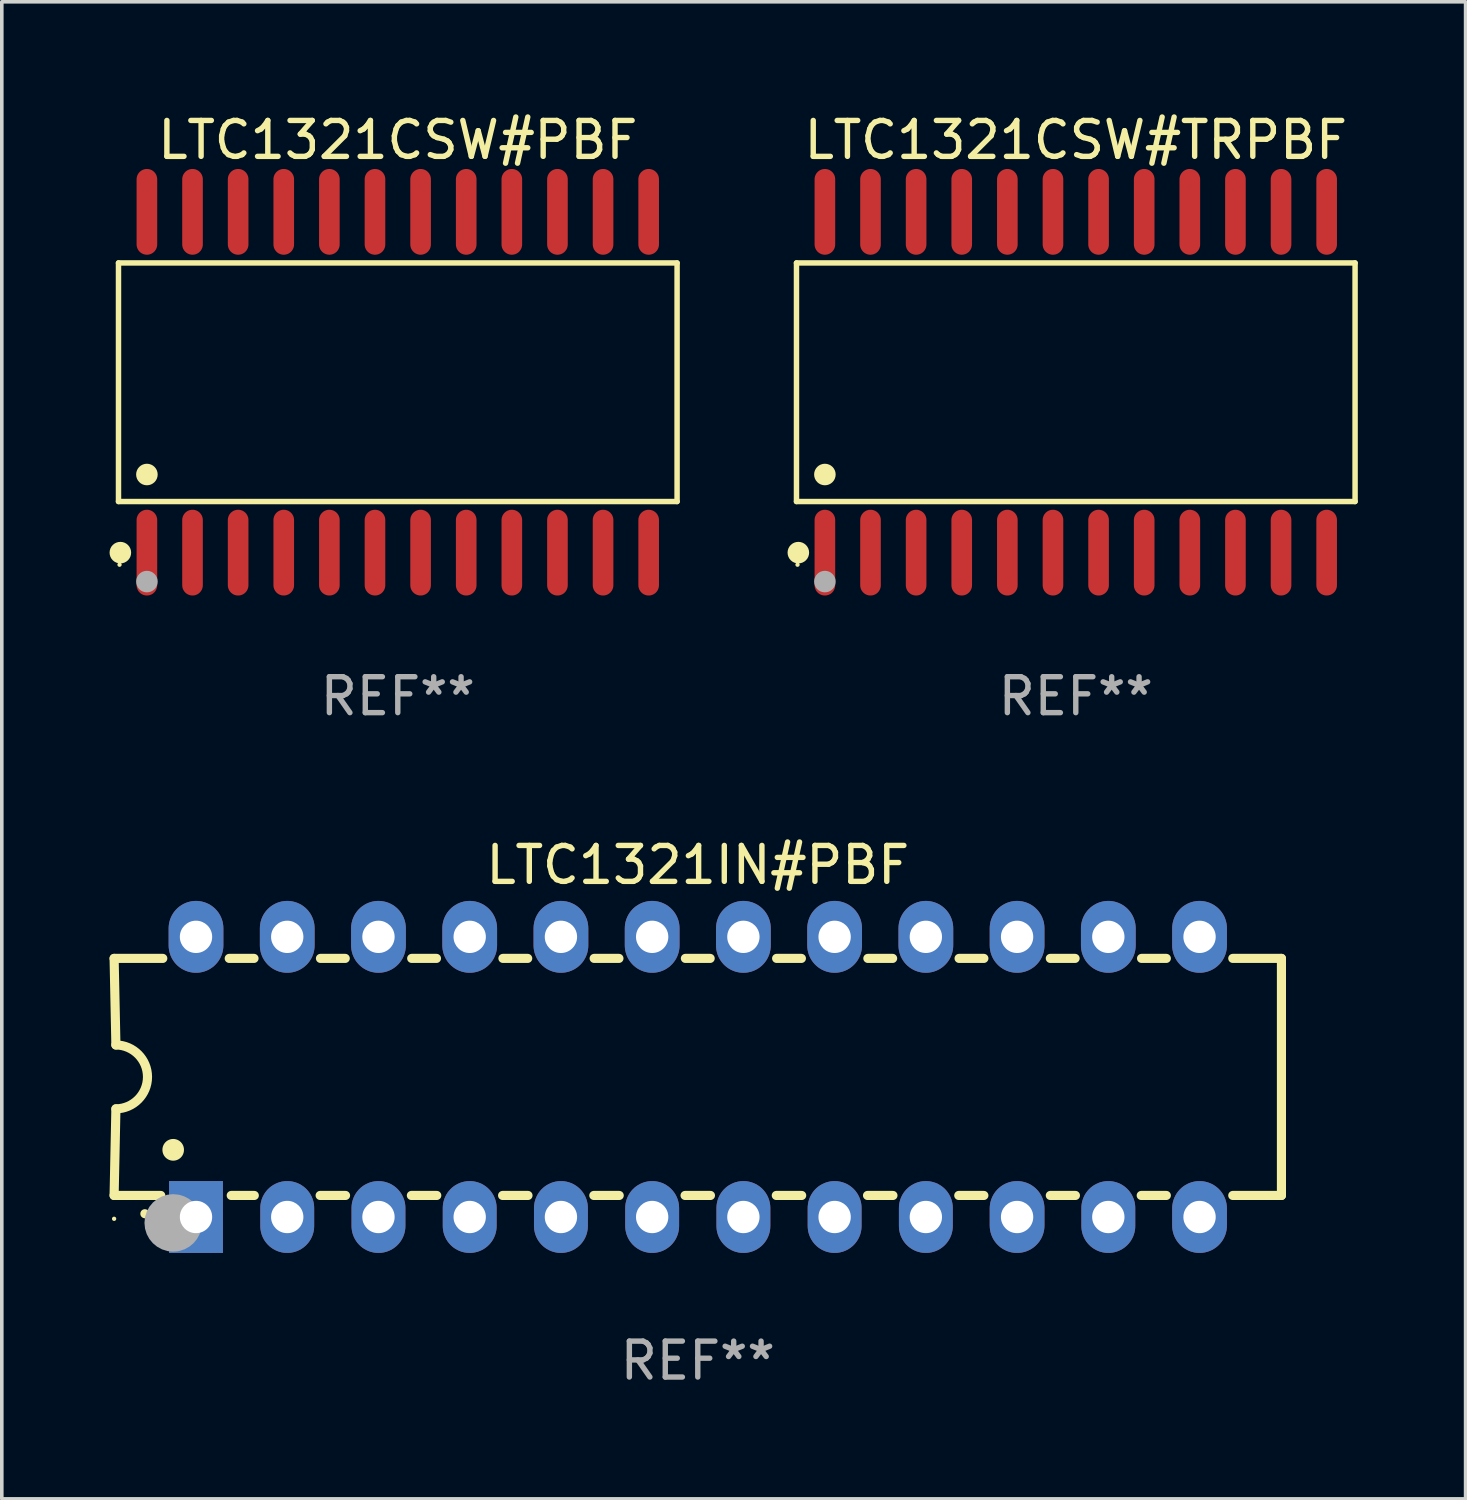
<source format=kicad_pcb>
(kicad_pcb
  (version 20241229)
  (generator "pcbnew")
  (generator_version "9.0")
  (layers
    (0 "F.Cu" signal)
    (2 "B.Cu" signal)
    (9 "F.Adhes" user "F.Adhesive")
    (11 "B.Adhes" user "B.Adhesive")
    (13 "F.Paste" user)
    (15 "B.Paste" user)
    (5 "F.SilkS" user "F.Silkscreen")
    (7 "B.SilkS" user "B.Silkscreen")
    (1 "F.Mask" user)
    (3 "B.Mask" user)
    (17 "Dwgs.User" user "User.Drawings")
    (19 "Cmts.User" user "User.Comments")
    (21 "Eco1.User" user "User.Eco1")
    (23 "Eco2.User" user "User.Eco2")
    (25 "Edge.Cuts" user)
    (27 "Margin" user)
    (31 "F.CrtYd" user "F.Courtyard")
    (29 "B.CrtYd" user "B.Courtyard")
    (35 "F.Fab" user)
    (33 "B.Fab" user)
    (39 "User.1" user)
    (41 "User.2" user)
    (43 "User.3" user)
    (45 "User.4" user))
  (footprint "LTC1321CSW#TRPBF"
    (layer "F.Cu")
    (at 26.901 7.592)
    (property "Reference" "LTC1321CSW#TRPBF" (at 0 -6.744 0) (layer "F.SilkS") (effects (font (size 1 1) (thickness 0.15))))
    (attr through_hole)
    (fp_line (start -7.776 -3.321) (end 7.776 -3.321) (stroke (width 0.152) (type solid)) (layer "F.SilkS"))
    (fp_line (start -7.776 3.321) (end -7.776 -3.321) (stroke (width 0.152) (type solid)) (layer "F.SilkS"))
    (fp_line (start 7.776 -3.321) (end 7.776 3.321) (stroke (width 0.152) (type solid)) (layer "F.SilkS"))
    (fp_line (start 7.776 3.321) (end -7.776 3.321) (stroke (width 0.152) (type solid)) (layer "F.SilkS"))
    (fp_circle (center -7.747 5.08) (end -7.717 5.08) (stroke (width 0.06) (type solid)) (fill no) (layer "F.SilkS"))
    (fp_circle (center -7.724 4.744) (end -7.574 4.744) (stroke (width 0.3) (type solid)) (fill no) (layer "F.SilkS"))
    (fp_circle (center -6.985 2.569) (end -6.835 2.569) (stroke (width 0.3) (type solid)) (fill no) (layer "F.SilkS"))
    (fp_circle (center -6.985 5.55) (end -6.835 5.55) (stroke (width 0.3) (type solid)) (fill no) (layer "F.Fab"))
    (fp_text user "REF**" (at 0 8.744 0) (layer "F.Fab") (effects (font (size 1 1) (thickness 0.15))))
    (pad "1" smd oval (at -6.985 4.744) (size 0.574 2.388) (layers "F.Cu" "F.Mask" "F.Paste"))
    (pad "2" smd oval (at -5.715 4.744) (size 0.574 2.388) (layers "F.Cu" "F.Mask" "F.Paste"))
    (pad "3" smd oval (at -4.445 4.744) (size 0.574 2.388) (layers "F.Cu" "F.Mask" "F.Paste"))
    (pad "4" smd oval (at -3.175 4.744) (size 0.574 2.388) (layers "F.Cu" "F.Mask" "F.Paste"))
    (pad "5" smd oval (at -1.905 4.744) (size 0.574 2.388) (layers "F.Cu" "F.Mask" "F.Paste"))
    (pad "6" smd oval (at -0.635 4.744) (size 0.574 2.388) (layers "F.Cu" "F.Mask" "F.Paste"))
    (pad "7" smd oval (at 0.635 4.744) (size 0.574 2.388) (layers "F.Cu" "F.Mask" "F.Paste"))
    (pad "8" smd oval (at 1.905 4.744) (size 0.574 2.388) (layers "F.Cu" "F.Mask" "F.Paste"))
    (pad "9" smd oval (at 3.175 4.744) (size 0.574 2.388) (layers "F.Cu" "F.Mask" "F.Paste"))
    (pad "10" smd oval (at 4.445 4.744) (size 0.574 2.388) (layers "F.Cu" "F.Mask" "F.Paste"))
    (pad "11" smd oval (at 5.715 4.744) (size 0.574 2.388) (layers "F.Cu" "F.Mask" "F.Paste"))
    (pad "12" smd oval (at 6.985 4.744) (size 0.574 2.388) (layers "F.Cu" "F.Mask" "F.Paste"))
    (pad "13" smd oval (at 6.985 -4.744) (size 0.574 2.388) (layers "F.Cu" "F.Mask" "F.Paste"))
    (pad "14" smd oval (at 5.715 -4.744) (size 0.574 2.388) (layers "F.Cu" "F.Mask" "F.Paste"))
    (pad "15" smd oval (at 4.445 -4.744) (size 0.574 2.388) (layers "F.Cu" "F.Mask" "F.Paste"))
    (pad "16" smd oval (at 3.175 -4.744) (size 0.574 2.388) (layers "F.Cu" "F.Mask" "F.Paste"))
    (pad "17" smd oval (at 1.905 -4.744) (size 0.574 2.388) (layers "F.Cu" "F.Mask" "F.Paste"))
    (pad "18" smd oval (at 0.635 -4.744) (size 0.574 2.388) (layers "F.Cu" "F.Mask" "F.Paste"))
    (pad "19" smd oval (at -0.635 -4.744) (size 0.574 2.388) (layers "F.Cu" "F.Mask" "F.Paste"))
    (pad "20" smd oval (at -1.905 -4.744) (size 0.574 2.388) (layers "F.Cu" "F.Mask" "F.Paste"))
    (pad "21" smd oval (at -3.175 -4.744) (size 0.574 2.388) (layers "F.Cu" "F.Mask" "F.Paste"))
    (pad "22" smd oval (at -4.445 -4.744) (size 0.574 2.388) (layers "F.Cu" "F.Mask" "F.Paste"))
    (pad "23" smd oval (at -5.715 -4.744) (size 0.574 2.388) (layers "F.Cu" "F.Mask" "F.Paste"))
    (pad "24" smd oval (at -6.985 -4.744) (size 0.574 2.388) (layers "F.Cu" "F.Mask" "F.Paste")))
  (footprint "LTC1321CSW#PBF"
    (layer "F.Cu")
    (at 8.025 7.592)
    (property "Reference" "LTC1321CSW#PBF" (at 0 -6.744 0) (layer "F.SilkS") (effects (font (size 1 1) (thickness 0.15))))
    (attr through_hole)
    (fp_line (start -7.776 -3.321) (end 7.776 -3.321) (stroke (width 0.152) (type solid)) (layer "F.SilkS"))
    (fp_line (start -7.776 3.321) (end -7.776 -3.321) (stroke (width 0.152) (type solid)) (layer "F.SilkS"))
    (fp_line (start 7.776 -3.321) (end 7.776 3.321) (stroke (width 0.152) (type solid)) (layer "F.SilkS"))
    (fp_line (start 7.776 3.321) (end -7.776 3.321) (stroke (width 0.152) (type solid)) (layer "F.SilkS"))
    (fp_circle (center -7.747 5.08) (end -7.717 5.08) (stroke (width 0.06) (type solid)) (fill no) (layer "F.SilkS"))
    (fp_circle (center -7.724 4.744) (end -7.574 4.744) (stroke (width 0.3) (type solid)) (fill no) (layer "F.SilkS"))
    (fp_circle (center -6.985 2.569) (end -6.835 2.569) (stroke (width 0.3) (type solid)) (fill no) (layer "F.SilkS"))
    (fp_circle (center -6.985 5.55) (end -6.835 5.55) (stroke (width 0.3) (type solid)) (fill no) (layer "F.Fab"))
    (fp_text user "REF**" (at 0 8.744 0) (layer "F.Fab") (effects (font (size 1 1) (thickness 0.15))))
    (pad "1" smd oval (at -6.985 4.744) (size 0.574 2.388) (layers "F.Cu" "F.Mask" "F.Paste"))
    (pad "2" smd oval (at -5.715 4.744) (size 0.574 2.388) (layers "F.Cu" "F.Mask" "F.Paste"))
    (pad "3" smd oval (at -4.445 4.744) (size 0.574 2.388) (layers "F.Cu" "F.Mask" "F.Paste"))
    (pad "4" smd oval (at -3.175 4.744) (size 0.574 2.388) (layers "F.Cu" "F.Mask" "F.Paste"))
    (pad "5" smd oval (at -1.905 4.744) (size 0.574 2.388) (layers "F.Cu" "F.Mask" "F.Paste"))
    (pad "6" smd oval (at -0.635 4.744) (size 0.574 2.388) (layers "F.Cu" "F.Mask" "F.Paste"))
    (pad "7" smd oval (at 0.635 4.744) (size 0.574 2.388) (layers "F.Cu" "F.Mask" "F.Paste"))
    (pad "8" smd oval (at 1.905 4.744) (size 0.574 2.388) (layers "F.Cu" "F.Mask" "F.Paste"))
    (pad "9" smd oval (at 3.175 4.744) (size 0.574 2.388) (layers "F.Cu" "F.Mask" "F.Paste"))
    (pad "10" smd oval (at 4.445 4.744) (size 0.574 2.388) (layers "F.Cu" "F.Mask" "F.Paste"))
    (pad "11" smd oval (at 5.715 4.744) (size 0.574 2.388) (layers "F.Cu" "F.Mask" "F.Paste"))
    (pad "12" smd oval (at 6.985 4.744) (size 0.574 2.388) (layers "F.Cu" "F.Mask" "F.Paste"))
    (pad "13" smd oval (at 6.985 -4.744) (size 0.574 2.388) (layers "F.Cu" "F.Mask" "F.Paste"))
    (pad "14" smd oval (at 5.715 -4.744) (size 0.574 2.388) (layers "F.Cu" "F.Mask" "F.Paste"))
    (pad "15" smd oval (at 4.445 -4.744) (size 0.574 2.388) (layers "F.Cu" "F.Mask" "F.Paste"))
    (pad "16" smd oval (at 3.175 -4.744) (size 0.574 2.388) (layers "F.Cu" "F.Mask" "F.Paste"))
    (pad "17" smd oval (at 1.905 -4.744) (size 0.574 2.388) (layers "F.Cu" "F.Mask" "F.Paste"))
    (pad "18" smd oval (at 0.635 -4.744) (size 0.574 2.388) (layers "F.Cu" "F.Mask" "F.Paste"))
    (pad "19" smd oval (at -0.635 -4.744) (size 0.574 2.388) (layers "F.Cu" "F.Mask" "F.Paste"))
    (pad "20" smd oval (at -1.905 -4.744) (size 0.574 2.388) (layers "F.Cu" "F.Mask" "F.Paste"))
    (pad "21" smd oval (at -3.175 -4.744) (size 0.574 2.388) (layers "F.Cu" "F.Mask" "F.Paste"))
    (pad "22" smd oval (at -4.445 -4.744) (size 0.574 2.388) (layers "F.Cu" "F.Mask" "F.Paste"))
    (pad "23" smd oval (at -5.715 -4.744) (size 0.574 2.388) (layers "F.Cu" "F.Mask" "F.Paste"))
    (pad "24" smd oval (at -6.985 -4.744) (size 0.574 2.388) (layers "F.Cu" "F.Mask" "F.Paste")))
  (footprint "LTC1321IN#PBF"
    (layer "F.Cu")
    (at 16.377 26.933)
    (property "Reference" "LTC1321IN#PBF" (at 0 -5.9 0) (layer "F.SilkS") (effects (font (size 1 1) (thickness 0.15))))
    (attr through_hole)
    (fp_line (start -16.25 -3.3) (end -16.2 -0.889) (stroke (width 0.254) (type solid)) (layer "F.SilkS"))
    (fp_line (start -16.25 -3.3) (end -14.895 -3.3) (stroke (width 0.254) (type solid)) (layer "F.SilkS"))
    (fp_line (start -16.25 3.3) (end -16.2 0.889) (stroke (width 0.254) (type solid)) (layer "F.SilkS"))
    (fp_line (start -16.25 3.3) (end -14.951 3.3) (stroke (width 0.254) (type solid)) (layer "F.SilkS"))
    (fp_line (start -13.045 -3.3) (end -12.355 -3.3) (stroke (width 0.254) (type solid)) (layer "F.SilkS"))
    (fp_line (start -12.989 3.3) (end -12.347 3.3) (stroke (width 0.254) (type solid)) (layer "F.SilkS"))
    (fp_line (start -10.514 3.3) (end -9.807 3.3) (stroke (width 0.254) (type solid)) (layer "F.SilkS"))
    (fp_line (start -10.505 -3.3) (end -9.815 -3.3) (stroke (width 0.254) (type solid)) (layer "F.SilkS"))
    (fp_line (start -7.974 3.3) (end -7.267 3.3) (stroke (width 0.254) (type solid)) (layer "F.SilkS"))
    (fp_line (start -7.965 -3.3) (end -7.275 -3.3) (stroke (width 0.254) (type solid)) (layer "F.SilkS"))
    (fp_line (start -5.434 3.3) (end -4.727 3.3) (stroke (width 0.254) (type solid)) (layer "F.SilkS"))
    (fp_line (start -5.425 -3.3) (end -4.735 -3.3) (stroke (width 0.254) (type solid)) (layer "F.SilkS"))
    (fp_line (start -2.894 3.3) (end -2.187 3.3) (stroke (width 0.254) (type solid)) (layer "F.SilkS"))
    (fp_line (start -2.885 -3.3) (end -2.195 -3.3) (stroke (width 0.254) (type solid)) (layer "F.SilkS"))
    (fp_line (start -0.354 3.3) (end 0.353 3.3) (stroke (width 0.254) (type solid)) (layer "F.SilkS"))
    (fp_line (start -0.345 -3.3) (end 0.345 -3.3) (stroke (width 0.254) (type solid)) (layer "F.SilkS"))
    (fp_line (start 2.186 3.3) (end 2.893 3.3) (stroke (width 0.254) (type solid)) (layer "F.SilkS"))
    (fp_line (start 2.195 -3.3) (end 2.885 -3.3) (stroke (width 0.254) (type solid)) (layer "F.SilkS"))
    (fp_line (start 4.726 3.3) (end 5.434 3.3) (stroke (width 0.254) (type solid)) (layer "F.SilkS"))
    (fp_line (start 4.735 -3.3) (end 5.425 -3.3) (stroke (width 0.254) (type solid)) (layer "F.SilkS"))
    (fp_line (start 7.266 3.3) (end 7.965 3.3) (stroke (width 0.254) (type solid)) (layer "F.SilkS"))
    (fp_line (start 7.275 -3.3) (end 7.965 -3.3) (stroke (width 0.254) (type solid)) (layer "F.SilkS"))
    (fp_line (start 9.815 -3.3) (end 10.505 -3.3) (stroke (width 0.254) (type solid)) (layer "F.SilkS"))
    (fp_line (start 9.815 3.3) (end 10.514 3.3) (stroke (width 0.254) (type solid)) (layer "F.SilkS"))
    (fp_line (start 12.346 3.3) (end 13.045 3.3) (stroke (width 0.254) (type solid)) (layer "F.SilkS"))
    (fp_line (start 12.355 -3.3) (end 13.045 -3.3) (stroke (width 0.254) (type solid)) (layer "F.SilkS"))
    (fp_line (start 16.25 -3.3) (end 14.895 -3.3) (stroke (width 0.254) (type solid)) (layer "F.SilkS"))
    (fp_line (start 16.25 -3.3) (end 16.25 3.3) (stroke (width 0.254) (type solid)) (layer "F.SilkS"))
    (fp_line (start 16.25 3.3) (end 14.895 3.3) (stroke (width 0.254) (type solid)) (layer "F.SilkS"))
    (fp_arc (start -16.201016 -0.890146) (mid -15.311429 -0.001055) (end -16.200025 0.889027) (stroke (width 0.254001) (type solid)) (layer "F.SilkS"))
    (fp_arc (start -15.394971 3.810033) (mid -15.394978 3.808763) (end -15.394971 3.807493) (stroke (width 0.25) (type solid)) (layer "F.SilkS"))
    (fp_arc (start -14.605029 2.032029) (mid -14.60504 2.029489) (end -14.605029 2.026949) (stroke (width 0.6) (type solid)) (layer "F.SilkS"))
    (fp_circle (center -16.25 3.95) (end -16.22 3.95) (stroke (width 0.06) (type solid)) (fill no) (layer "F.SilkS"))
    (fp_circle (center -14.605 4.064) (end -14.205 4.064) (stroke (width 0.8) (type solid)) (fill no) (layer "F.Fab"))
    (fp_text user "REF**" (at 0 7.9 0) (layer "F.Fab") (effects (font (size 1 1) (thickness 0.15))))
    (pad "1" thru_hole rect (at -13.97 3.9 90) (size 2 1.5) (drill 0.9) (layers "*.Cu" "*.Mask"))
    (pad "2" thru_hole oval (at -11.43 3.9 90) (size 2 1.5) (drill 0.9) (layers "*.Cu" "*.Mask"))
    (pad "3" thru_hole oval (at -8.89 3.9 90) (size 2 1.5) (drill 0.9) (layers "*.Cu" "*.Mask"))
    (pad "4" thru_hole oval (at -6.35 3.9 90) (size 2 1.5) (drill 0.9) (layers "*.Cu" "*.Mask"))
    (pad "5" thru_hole oval (at -3.81 3.9 90) (size 2 1.5) (drill 0.9) (layers "*.Cu" "*.Mask"))
    (pad "6" thru_hole oval (at -1.27 3.9 90) (size 2 1.5) (drill 0.9) (layers "*.Cu" "*.Mask"))
    (pad "7" thru_hole oval (at 1.27 3.9 90) (size 2 1.5) (drill 0.9) (layers "*.Cu" "*.Mask"))
    (pad "8" thru_hole oval (at 3.81 3.9 90) (size 2 1.5) (drill 0.9) (layers "*.Cu" "*.Mask"))
    (pad "9" thru_hole oval (at 6.35 3.9 90) (size 2 1.5) (drill 0.9) (layers "*.Cu" "*.Mask"))
    (pad "10" thru_hole oval (at 8.89 3.9 90) (size 2 1.524) (drill 0.9) (layers "*.Cu" "*.Mask"))
    (pad "11" thru_hole oval (at 11.43 3.9 90) (size 2 1.5) (drill 0.9) (layers "*.Cu" "*.Mask"))
    (pad "12" thru_hole oval (at 13.97 3.9 90) (size 2 1.524) (drill 0.9) (layers "*.Cu" "*.Mask"))
    (pad "13" thru_hole oval (at 13.97 -3.9 90) (size 2 1.524) (drill 0.9) (layers "*.Cu" "*.Mask"))
    (pad "14" thru_hole oval (at 11.43 -3.9 90) (size 2 1.524) (drill 0.9) (layers "*.Cu" "*.Mask"))
    (pad "15" thru_hole oval (at 8.89 -3.9 90) (size 2 1.524) (drill 0.9) (layers "*.Cu" "*.Mask"))
    (pad "16" thru_hole oval (at 6.35 -3.9 90) (size 2 1.524) (drill 0.9) (layers "*.Cu" "*.Mask"))
    (pad "17" thru_hole oval (at 3.81 -3.9 90) (size 2 1.524) (drill 0.9) (layers "*.Cu" "*.Mask"))
    (pad "18" thru_hole oval (at 1.27 -3.9 90) (size 2 1.524) (drill 0.9) (layers "*.Cu" "*.Mask"))
    (pad "19" thru_hole oval (at -1.27 -3.9 90) (size 2 1.524) (drill 0.9) (layers "*.Cu" "*.Mask"))
    (pad "20" thru_hole oval (at -3.81 -3.9 90) (size 2 1.524) (drill 0.9) (layers "*.Cu" "*.Mask"))
    (pad "21" thru_hole oval (at -6.35 -3.9 90) (size 2 1.524) (drill 0.9) (layers "*.Cu" "*.Mask"))
    (pad "22" thru_hole oval (at -8.89 -3.9 90) (size 2 1.524) (drill 0.9) (layers "*.Cu" "*.Mask"))
    (pad "23" thru_hole oval (at -11.43 -3.9 90) (size 2 1.524) (drill 0.9) (layers "*.Cu" "*.Mask"))
    (pad "24" thru_hole oval (at -13.97 -3.9 90) (size 2 1.524) (drill 0.9) (layers "*.Cu" "*.Mask")))
  (gr_rect
    (start -3 -3)
    (end 37.754 38.681)
    (stroke (width 0.1) (type default))
    (fill no)
    (layer "Edge.Cuts")))
</source>
